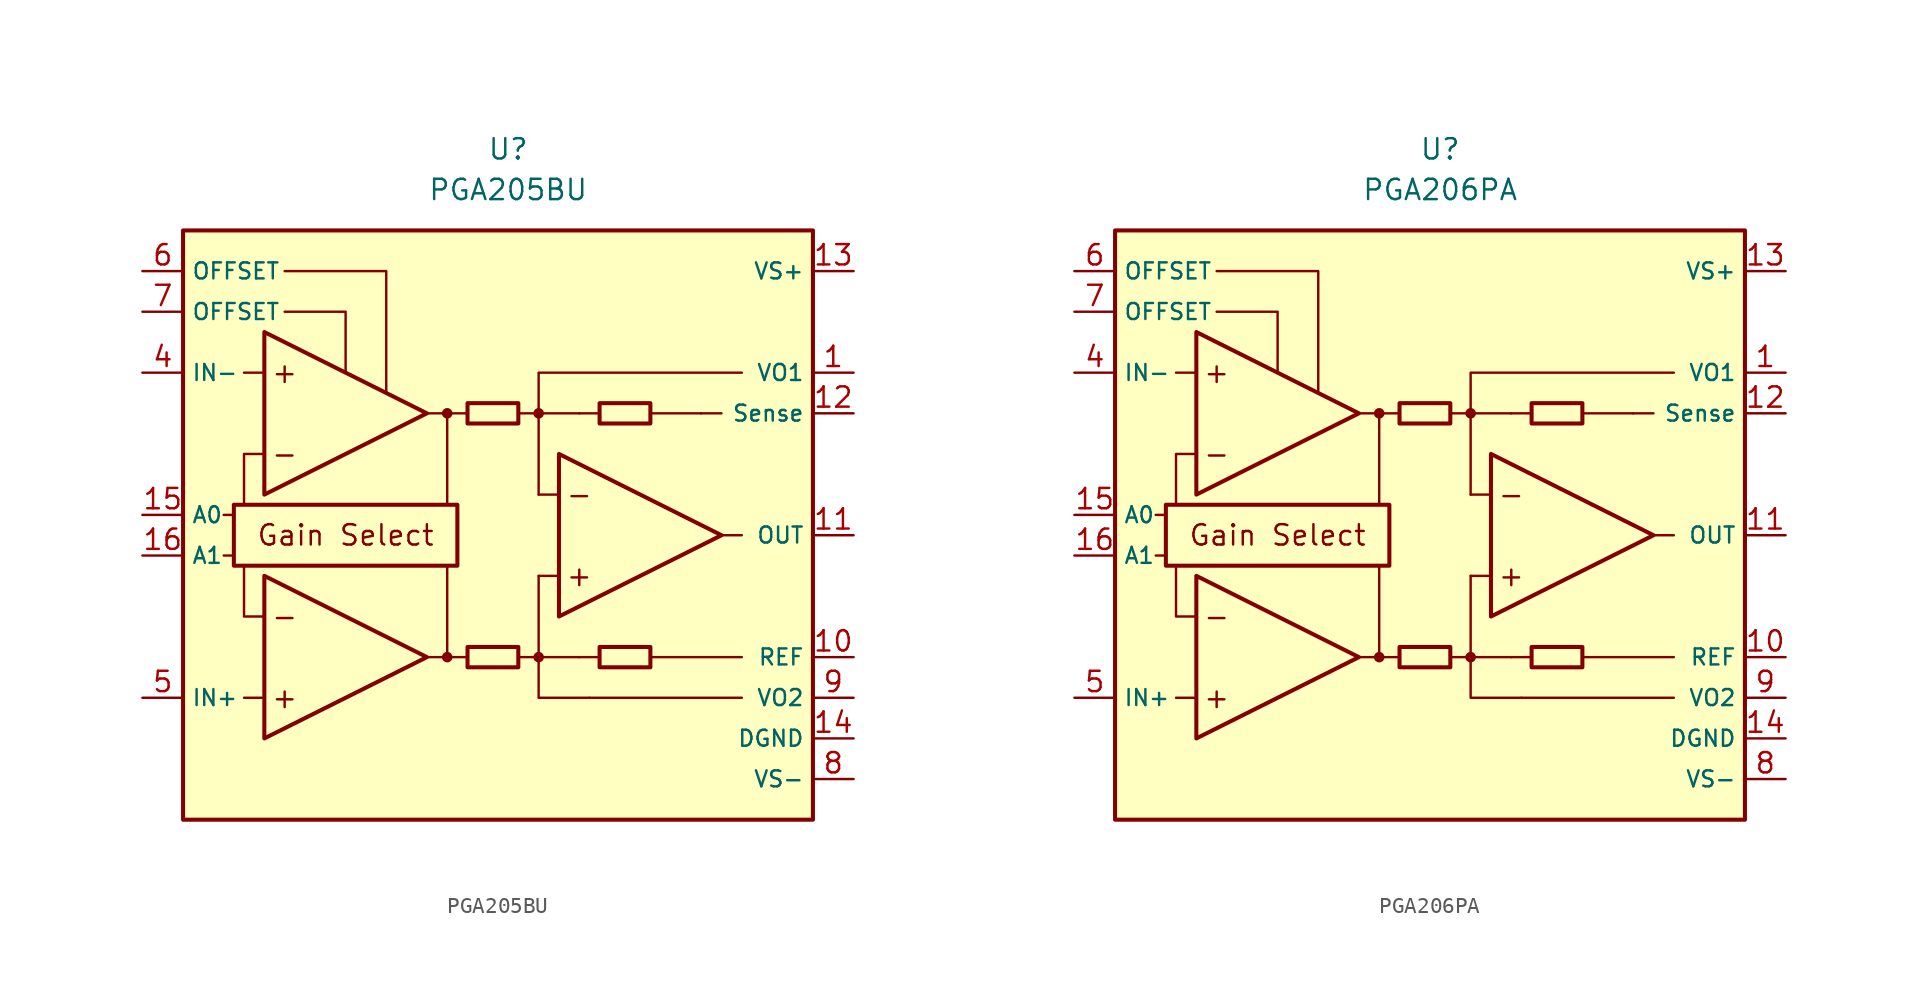
<source format=kicad_sym>
(kicad_symbol_lib
  (version 20211014)
  (generator kicad_symbol_editor)
  (symbol "PGA205BU"
    (property "Reference" "U"
      (at 0 25.4 0)
      (effects (font (size 1.27 1.27))))
    (property "Value" "PGA205BU"
      (at 0 22.86 0)
      (effects (font (size 1.27 1.27))))
    (symbol "PGA205BU_0_0"
      (rectangle (start -20.32 20.32) (end 19.05 -16.51) (stroke (width 0.254) (type default) (color 0 0 0 0)) (fill (type background)))
      (rectangle (start -17.145 3.175) (end -3.175 -0.635) (stroke (width 0.254) (type default) (color 0 0 0 0)) (fill (type none)))
      (circle (center -3.81 -6.35) (radius 0.254) (stroke (width 0.152) (type default) (color 0 0 0 0)) (fill (type outline)))
      (circle (center -3.81 8.89) (radius 0.254) (stroke (width 0.152) (type default) (color 0 0 0 0)) (fill (type outline)))
      (polyline (pts (xy -1.27 -6.35)) (stroke (width 0.152) (type default) (color 0 0 0 0)) (fill (type none)))
      (polyline (pts (xy -1.27 8.89)) (stroke (width 0.152) (type default) (color 0 0 0 0)) (fill (type none)))
      (polyline (pts (xy 5.715 8.89)) (stroke (width 0.152) (type default) (color 0 0 0 0)) (fill (type none)))
      (polyline (pts (xy -17.145 0) (xy -17.78 0)) (stroke (width 0.152) (type default) (color 0 0 0 0)) (fill (type none)))
      (polyline (pts (xy -17.145 2.54) (xy -17.78 2.54)) (stroke (width 0.152) (type default) (color 0 0 0 0)) (fill (type none)))
      (polyline (pts (xy -15.24 -8.89) (xy -16.51 -8.89)) (stroke (width 0.152) (type default) (color 0 0 0 0)) (fill (type none)))
      (polyline (pts (xy -15.24 11.43) (xy -16.51 11.43)) (stroke (width 0.152) (type default) (color 0 0 0 0)) (fill (type none)))
      (polyline (pts (xy -5.08 -6.35) (xy -2.54 -6.35)) (stroke (width 0.152) (type default) (color 0 0 0 0)) (fill (type none)))
      (polyline (pts (xy -5.08 8.89) (xy -2.54 8.89)) (stroke (width 0.152) (type default) (color 0 0 0 0)) (fill (type none)))
      (polyline (pts (xy -3.81 -6.35) (xy -3.81 -0.635)) (stroke (width 0.152) (type default) (color 0 0 0 0)) (fill (type none)))
      (polyline (pts (xy -3.81 3.175) (xy -3.81 8.89)) (stroke (width 0.152) (type default) (color 0 0 0 0)) (fill (type none)))
      (polyline (pts (xy 0.635 -6.35) (xy 1.905 -6.35)) (stroke (width 0.152) (type default) (color 0 0 0 0)) (fill (type none)))
      (polyline (pts (xy 0.635 8.89) (xy 1.905 8.89)) (stroke (width 0.152) (type default) (color 0 0 0 0)) (fill (type none)))
      (polyline (pts (xy 3.175 -1.27) (xy 1.905 -1.27)) (stroke (width 0.152) (type default) (color 0 0 0 0)) (fill (type none)))
      (polyline (pts (xy 3.175 3.81) (xy 1.905 3.81)) (stroke (width 0.152) (type default) (color 0 0 0 0)) (fill (type none)))
      (polyline (pts (xy 4.445 -6.35) (xy 1.905 -6.35)) (stroke (width 0.152) (type default) (color 0 0 0 0)) (fill (type none)))
      (polyline (pts (xy 4.445 -6.35) (xy 5.715 -6.35)) (stroke (width 0.152) (type default) (color 0 0 0 0)) (fill (type none)))
      (polyline (pts (xy 4.445 8.89) (xy 1.905 8.89)) (stroke (width 0.152) (type default) (color 0 0 0 0)) (fill (type none)))
      (polyline (pts (xy 4.445 8.89) (xy 5.715 8.89)) (stroke (width 0.152) (type default) (color 0 0 0 0)) (fill (type none)))
      (polyline (pts (xy 8.89 -6.35) (xy 14.605 -6.35)) (stroke (width 0.152) (type default) (color 0 0 0 0)) (fill (type none)))
      (polyline (pts (xy 8.89 8.89) (xy 12.065 8.89)) (stroke (width 0.152) (type default) (color 0 0 0 0)) (fill (type none)))
      (polyline (pts (xy 12.065 8.89) (xy 13.335 8.89)) (stroke (width 0.152) (type default) (color 0 0 0 0)) (fill (type none)))
      (polyline (pts (xy 13.335 1.27) (xy 14.605 1.27)) (stroke (width 0.152) (type default) (color 0 0 0 0)) (fill (type none)))
      (polyline (pts (xy 14.605 -8.89) (xy 5.08 -8.89)) (stroke (width 0.152) (type default) (color 0 0 0 0)) (fill (type none)))
      (polyline (pts (xy -16.51 -0.635) (xy -16.51 -3.81) (xy -15.24 -3.81)) (stroke (width 0.152) (type default) (color 0 0 0 0)) (fill (type none)))
      (polyline (pts (xy -15.24 6.35) (xy -16.51 6.35) (xy -16.51 3.175)) (stroke (width 0.152) (type default) (color 0 0 0 0)) (fill (type none)))
      (polyline (pts (xy -13.97 15.24) (xy -10.16 15.24) (xy -10.16 11.43)) (stroke (width 0.152) (type default) (color 0 0 0 0)) (fill (type none)))
      (polyline (pts (xy -7.62 10.16) (xy -7.62 17.78) (xy -13.97 17.78)) (stroke (width 0.152) (type default) (color 0 0 0 0)) (fill (type none)))
      (polyline (pts (xy 1.905 -1.27) (xy 1.905 -8.89) (xy 5.08 -8.89)) (stroke (width 0.152) (type default) (color 0 0 0 0)) (fill (type none)))
      (polyline (pts (xy 14.605 11.43) (xy 1.905 11.43) (xy 1.905 3.81)) (stroke (width 0.152) (type default) (color 0 0 0 0)) (fill (type none)))
      (circle (center 1.905 -6.35) (radius 0.254) (stroke (width 0.152) (type default) (color 0 0 0 0)) (fill (type outline)))
      (circle (center 1.905 8.89) (radius 0.254) (stroke (width 0.152) (type default) (color 0 0 0 0)) (fill (type outline)))
      (text "+" (at -13.97 -8.89 0) (effects (font (size 1.27 1.27))))
      (text "+" (at -13.97 11.43 0) (effects (font (size 1.27 1.27))))
      (text "+" (at 4.445 -1.27 0) (effects (font (size 1.27 1.27))))
      (text "-" (at -13.97 -3.81 0) (effects (font (size 1.27 1.27))))
      (text "-" (at -13.97 6.35 0) (effects (font (size 1.27 1.27))))
      (text "-" (at 4.445 3.81 0) (effects (font (size 1.27 1.27))))
      (text "Gain Select" (at -10.16 1.27 0) (effects (font (size 1.27 1.27)))))
    (symbol "PGA205BU_0_1"
      (rectangle (start -2.54 -5.715) (end 0.635 -6.985) (stroke (width 0.254) (type default) (color 0 0 0 0)) (fill (type none)))
      (rectangle (start -2.54 9.525) (end 0.635 8.255) (stroke (width 0.254) (type default) (color 0 0 0 0)) (fill (type none)))
      (polyline (pts (xy -15.24 -1.27) (xy -15.24 -11.43) (xy -5.08 -6.35) (xy -15.24 -1.27)) (stroke (width 0.254) (type default) (color 0 0 0 0)) (fill (type background)))
      (polyline (pts (xy -15.24 13.97) (xy -15.24 3.81) (xy -5.08 8.89) (xy -15.24 13.97)) (stroke (width 0.254) (type default) (color 0 0 0 0)) (fill (type background)))
      (polyline (pts (xy 3.175 6.35) (xy 3.175 -3.81) (xy 13.335 1.27) (xy 3.175 6.35)) (stroke (width 0.254) (type default) (color 0 0 0 0)) (fill (type background)))
      (rectangle (start 5.715 -5.715) (end 8.89 -6.985) (stroke (width 0.254) (type default) (color 0 0 0 0)) (fill (type none)))
      (rectangle (start 5.715 9.525) (end 8.89 8.255) (stroke (width 0.254) (type default) (color 0 0 0 0)) (fill (type none))))
    (symbol "PGA205BU_1_1"
      (pin passive line (at 21.59 11.43 180) (length 2.54) (name "VO1" (effects (font (size 1 1)))) (number "1" (effects (font (size 1.27 1.27)))))
      (pin passive line (at 21.59 -6.35 180) (length 2.54) (name "REF" (effects (font (size 1 1)))) (number "10" (effects (font (size 1.27 1.27)))))
      (pin output line (at 21.59 1.27 180) (length 2.54) (name "OUT" (effects (font (size 1 1)))) (number "11" (effects (font (size 1.27 1.27)))))
      (pin passive line (at 21.59 8.89 180) (length 2.54) (name "Sense" (effects (font (size 1 1)))) (number "12" (effects (font (size 1.27 1.27)))))
      (pin power_in line (at 21.59 17.78 180) (length 2.54) (name "VS+" (effects (font (size 1 1)))) (number "13" (effects (font (size 1.27 1.27)))))
      (pin power_in line (at 21.59 -11.43 180) (length 2.54) (name "DGND" (effects (font (size 1 1)))) (number "14" (effects (font (size 1.27 1.27)))))
      (pin input line (at -22.86 2.54 0) (length 2.54) (name "A0" (effects (font (size 1 1)))) (number "15" (effects (font (size 1.27 1.27)))))
      (pin input line (at -22.86 0 0) (length 2.54) (name "A1" (effects (font (size 1 1)))) (number "16" (effects (font (size 1.27 1.27)))))
      (pin no_connect line (at -1.27 -10.16 0) (length 2.54) hide (name "NC" (effects (font (size 1.27 1.27)))) (number "2" (effects (font (size 1.27 1.27)))))
      (pin no_connect line (at -1.27 -12.7 0) (length 2.54) hide (name "NC" (effects (font (size 1.27 1.27)))) (number "3" (effects (font (size 1.27 1.27)))))
      (pin input line (at -22.86 11.43 0) (length 2.54) (name "IN-" (effects (font (size 1 1)))) (number "4" (effects (font (size 1.27 1.27)))))
      (pin input line (at -22.86 -8.89 0) (length 2.54) (name "IN+" (effects (font (size 1 1)))) (number "5" (effects (font (size 1.27 1.27)))))
      (pin passive line (at -22.86 17.78 0) (length 2.54) (name "OFFSET" (effects (font (size 1 1)))) (number "6" (effects (font (size 1.27 1.27)))))
      (pin passive line (at -22.86 15.24 0) (length 2.54) (name "OFFSET" (effects (font (size 1 1)))) (number "7" (effects (font (size 1.27 1.27)))))
      (pin power_in line (at 21.59 -13.97 180) (length 2.54) (name "VS-" (effects (font (size 1 1)))) (number "8" (effects (font (size 1.27 1.27)))))
      (pin passive line (at 21.59 -8.89 180) (length 2.54) (name "VO2" (effects (font (size 1 1)))) (number "9" (effects (font (size 1.27 1.27)))))))
  (symbol "PGA206PA"
    (property "Reference" "U"
      (at 0 22.86 0)
      (effects (font (size 1.27 1.27))))
    (property "Value" "PGA206PA"
      (at 0 20.32 0)
      (effects (font (size 1.27 1.27))))
    (symbol "PGA206PA_0_0"
      (rectangle (start -20.32 17.78) (end 19.05 -19.05) (stroke (width 0.254) (type default) (color 0 0 0 0)) (fill (type background)))
      (rectangle (start -17.145 0.635) (end -3.175 -3.175) (stroke (width 0.254) (type default) (color 0 0 0 0)) (fill (type none)))
      (circle (center -3.81 -8.89) (radius 0.254) (stroke (width 0.152) (type default) (color 0 0 0 0)) (fill (type outline)))
      (circle (center -3.81 6.35) (radius 0.254) (stroke (width 0.152) (type default) (color 0 0 0 0)) (fill (type outline)))
      (polyline (pts (xy -1.27 -8.89)) (stroke (width 0.152) (type default) (color 0 0 0 0)) (fill (type none)))
      (polyline (pts (xy -1.27 6.35)) (stroke (width 0.152) (type default) (color 0 0 0 0)) (fill (type none)))
      (polyline (pts (xy 5.715 6.35)) (stroke (width 0.152) (type default) (color 0 0 0 0)) (fill (type none)))
      (polyline (pts (xy -17.145 -2.54) (xy -17.78 -2.54)) (stroke (width 0.152) (type default) (color 0 0 0 0)) (fill (type none)))
      (polyline (pts (xy -17.145 0) (xy -17.78 0)) (stroke (width 0.152) (type default) (color 0 0 0 0)) (fill (type none)))
      (polyline (pts (xy -15.24 -11.43) (xy -16.51 -11.43)) (stroke (width 0.152) (type default) (color 0 0 0 0)) (fill (type none)))
      (polyline (pts (xy -15.24 8.89) (xy -16.51 8.89)) (stroke (width 0.152) (type default) (color 0 0 0 0)) (fill (type none)))
      (polyline (pts (xy -5.08 -8.89) (xy -2.54 -8.89)) (stroke (width 0.152) (type default) (color 0 0 0 0)) (fill (type none)))
      (polyline (pts (xy -5.08 6.35) (xy -2.54 6.35)) (stroke (width 0.152) (type default) (color 0 0 0 0)) (fill (type none)))
      (polyline (pts (xy -3.81 -8.89) (xy -3.81 -3.175)) (stroke (width 0.152) (type default) (color 0 0 0 0)) (fill (type none)))
      (polyline (pts (xy -3.81 0.635) (xy -3.81 6.35)) (stroke (width 0.152) (type default) (color 0 0 0 0)) (fill (type none)))
      (polyline (pts (xy 0.635 -8.89) (xy 1.905 -8.89)) (stroke (width 0.152) (type default) (color 0 0 0 0)) (fill (type none)))
      (polyline (pts (xy 0.635 6.35) (xy 1.905 6.35)) (stroke (width 0.152) (type default) (color 0 0 0 0)) (fill (type none)))
      (polyline (pts (xy 3.175 -3.81) (xy 1.905 -3.81)) (stroke (width 0.152) (type default) (color 0 0 0 0)) (fill (type none)))
      (polyline (pts (xy 3.175 1.27) (xy 1.905 1.27)) (stroke (width 0.152) (type default) (color 0 0 0 0)) (fill (type none)))
      (polyline (pts (xy 4.445 -8.89) (xy 1.905 -8.89)) (stroke (width 0.152) (type default) (color 0 0 0 0)) (fill (type none)))
      (polyline (pts (xy 4.445 -8.89) (xy 5.715 -8.89)) (stroke (width 0.152) (type default) (color 0 0 0 0)) (fill (type none)))
      (polyline (pts (xy 4.445 6.35) (xy 1.905 6.35)) (stroke (width 0.152) (type default) (color 0 0 0 0)) (fill (type none)))
      (polyline (pts (xy 4.445 6.35) (xy 5.715 6.35)) (stroke (width 0.152) (type default) (color 0 0 0 0)) (fill (type none)))
      (polyline (pts (xy 8.89 -8.89) (xy 14.605 -8.89)) (stroke (width 0.152) (type default) (color 0 0 0 0)) (fill (type none)))
      (polyline (pts (xy 8.89 6.35) (xy 12.065 6.35)) (stroke (width 0.152) (type default) (color 0 0 0 0)) (fill (type none)))
      (polyline (pts (xy 12.065 6.35) (xy 13.335 6.35)) (stroke (width 0.152) (type default) (color 0 0 0 0)) (fill (type none)))
      (polyline (pts (xy 13.335 -1.27) (xy 14.605 -1.27)) (stroke (width 0.152) (type default) (color 0 0 0 0)) (fill (type none)))
      (polyline (pts (xy 14.605 -11.43) (xy 5.08 -11.43)) (stroke (width 0.152) (type default) (color 0 0 0 0)) (fill (type none)))
      (polyline (pts (xy -16.51 -3.175) (xy -16.51 -6.35) (xy -15.24 -6.35)) (stroke (width 0.152) (type default) (color 0 0 0 0)) (fill (type none)))
      (polyline (pts (xy -15.24 3.81) (xy -16.51 3.81) (xy -16.51 0.635)) (stroke (width 0.152) (type default) (color 0 0 0 0)) (fill (type none)))
      (polyline (pts (xy -13.97 12.7) (xy -10.16 12.7) (xy -10.16 8.89)) (stroke (width 0.152) (type default) (color 0 0 0 0)) (fill (type none)))
      (polyline (pts (xy -7.62 7.62) (xy -7.62 15.24) (xy -13.97 15.24)) (stroke (width 0.152) (type default) (color 0 0 0 0)) (fill (type none)))
      (polyline (pts (xy 1.905 -3.81) (xy 1.905 -11.43) (xy 5.08 -11.43)) (stroke (width 0.152) (type default) (color 0 0 0 0)) (fill (type none)))
      (polyline (pts (xy 14.605 8.89) (xy 1.905 8.89) (xy 1.905 1.27)) (stroke (width 0.152) (type default) (color 0 0 0 0)) (fill (type none)))
      (circle (center 1.905 -8.89) (radius 0.254) (stroke (width 0.152) (type default) (color 0 0 0 0)) (fill (type outline)))
      (circle (center 1.905 6.35) (radius 0.254) (stroke (width 0.152) (type default) (color 0 0 0 0)) (fill (type outline)))
      (text "+" (at -13.97 -11.43 0) (effects (font (size 1.27 1.27))))
      (text "+" (at -13.97 8.89 0) (effects (font (size 1.27 1.27))))
      (text "+" (at 4.445 -3.81 0) (effects (font (size 1.27 1.27))))
      (text "-" (at -13.97 -6.35 0) (effects (font (size 1.27 1.27))))
      (text "-" (at -13.97 3.81 0) (effects (font (size 1.27 1.27))))
      (text "-" (at 4.445 1.27 0) (effects (font (size 1.27 1.27))))
      (text "Gain Select" (at -10.16 -1.27 0) (effects (font (size 1.27 1.27)))))
    (symbol "PGA206PA_0_1"
      (rectangle (start -2.54 -8.255) (end 0.635 -9.525) (stroke (width 0.254) (type default) (color 0 0 0 0)) (fill (type none)))
      (rectangle (start -2.54 6.985) (end 0.635 5.715) (stroke (width 0.254) (type default) (color 0 0 0 0)) (fill (type none)))
      (polyline (pts (xy -15.24 -3.81) (xy -15.24 -13.97) (xy -5.08 -8.89) (xy -15.24 -3.81)) (stroke (width 0.254) (type default) (color 0 0 0 0)) (fill (type background)))
      (polyline (pts (xy -15.24 11.43) (xy -15.24 1.27) (xy -5.08 6.35) (xy -15.24 11.43)) (stroke (width 0.254) (type default) (color 0 0 0 0)) (fill (type background)))
      (polyline (pts (xy 3.175 3.81) (xy 3.175 -6.35) (xy 13.335 -1.27) (xy 3.175 3.81)) (stroke (width 0.254) (type default) (color 0 0 0 0)) (fill (type background)))
      (rectangle (start 5.715 -8.255) (end 8.89 -9.525) (stroke (width 0.254) (type default) (color 0 0 0 0)) (fill (type none)))
      (rectangle (start 5.715 6.985) (end 8.89 5.715) (stroke (width 0.254) (type default) (color 0 0 0 0)) (fill (type none))))
    (symbol "PGA206PA_1_1"
      (pin passive line (at 21.59 8.89 180) (length 2.54) (name "VO1" (effects (font (size 1 1)))) (number "1" (effects (font (size 1.27 1.27)))))
      (pin passive line (at 21.59 -8.89 180) (length 2.54) (name "REF" (effects (font (size 1 1)))) (number "10" (effects (font (size 1.27 1.27)))))
      (pin output line (at 21.59 -1.27 180) (length 2.54) (name "OUT" (effects (font (size 1 1)))) (number "11" (effects (font (size 1.27 1.27)))))
      (pin passive line (at 21.59 6.35 180) (length 2.54) (name "Sense" (effects (font (size 1 1)))) (number "12" (effects (font (size 1.27 1.27)))))
      (pin power_in line (at 21.59 15.24 180) (length 2.54) (name "VS+" (effects (font (size 1 1)))) (number "13" (effects (font (size 1.27 1.27)))))
      (pin power_in line (at 21.59 -13.97 180) (length 2.54) (name "DGND" (effects (font (size 1 1)))) (number "14" (effects (font (size 1.27 1.27)))))
      (pin input line (at -22.86 0 0) (length 2.54) (name "A0" (effects (font (size 1 1)))) (number "15" (effects (font (size 1.27 1.27)))))
      (pin input line (at -22.86 -2.54 0) (length 2.54) (name "A1" (effects (font (size 1 1)))) (number "16" (effects (font (size 1.27 1.27)))))
      (pin no_connect line (at -1.27 -12.7 0) (length 2.54) hide (name "NC" (effects (font (size 1.27 1.27)))) (number "2" (effects (font (size 1.27 1.27)))))
      (pin no_connect line (at -1.27 -15.24 0) (length 2.54) hide (name "NC" (effects (font (size 1.27 1.27)))) (number "3" (effects (font (size 1.27 1.27)))))
      (pin input line (at -22.86 8.89 0) (length 2.54) (name "IN-" (effects (font (size 1 1)))) (number "4" (effects (font (size 1.27 1.27)))))
      (pin input line (at -22.86 -11.43 0) (length 2.54) (name "IN+" (effects (font (size 1 1)))) (number "5" (effects (font (size 1.27 1.27)))))
      (pin passive line (at -22.86 15.24 0) (length 2.54) (name "OFFSET" (effects (font (size 1 1)))) (number "6" (effects (font (size 1.27 1.27)))))
      (pin passive line (at -22.86 12.7 0) (length 2.54) (name "OFFSET" (effects (font (size 1 1)))) (number "7" (effects (font (size 1.27 1.27)))))
      (pin power_in line (at 21.59 -16.51 180) (length 2.54) (name "VS-" (effects (font (size 1 1)))) (number "8" (effects (font (size 1.27 1.27)))))
      (pin passive line (at 21.59 -11.43 180) (length 2.54) (name "VO2" (effects (font (size 1 1)))) (number "9" (effects (font (size 1.27 1.27))))))))
</source>
